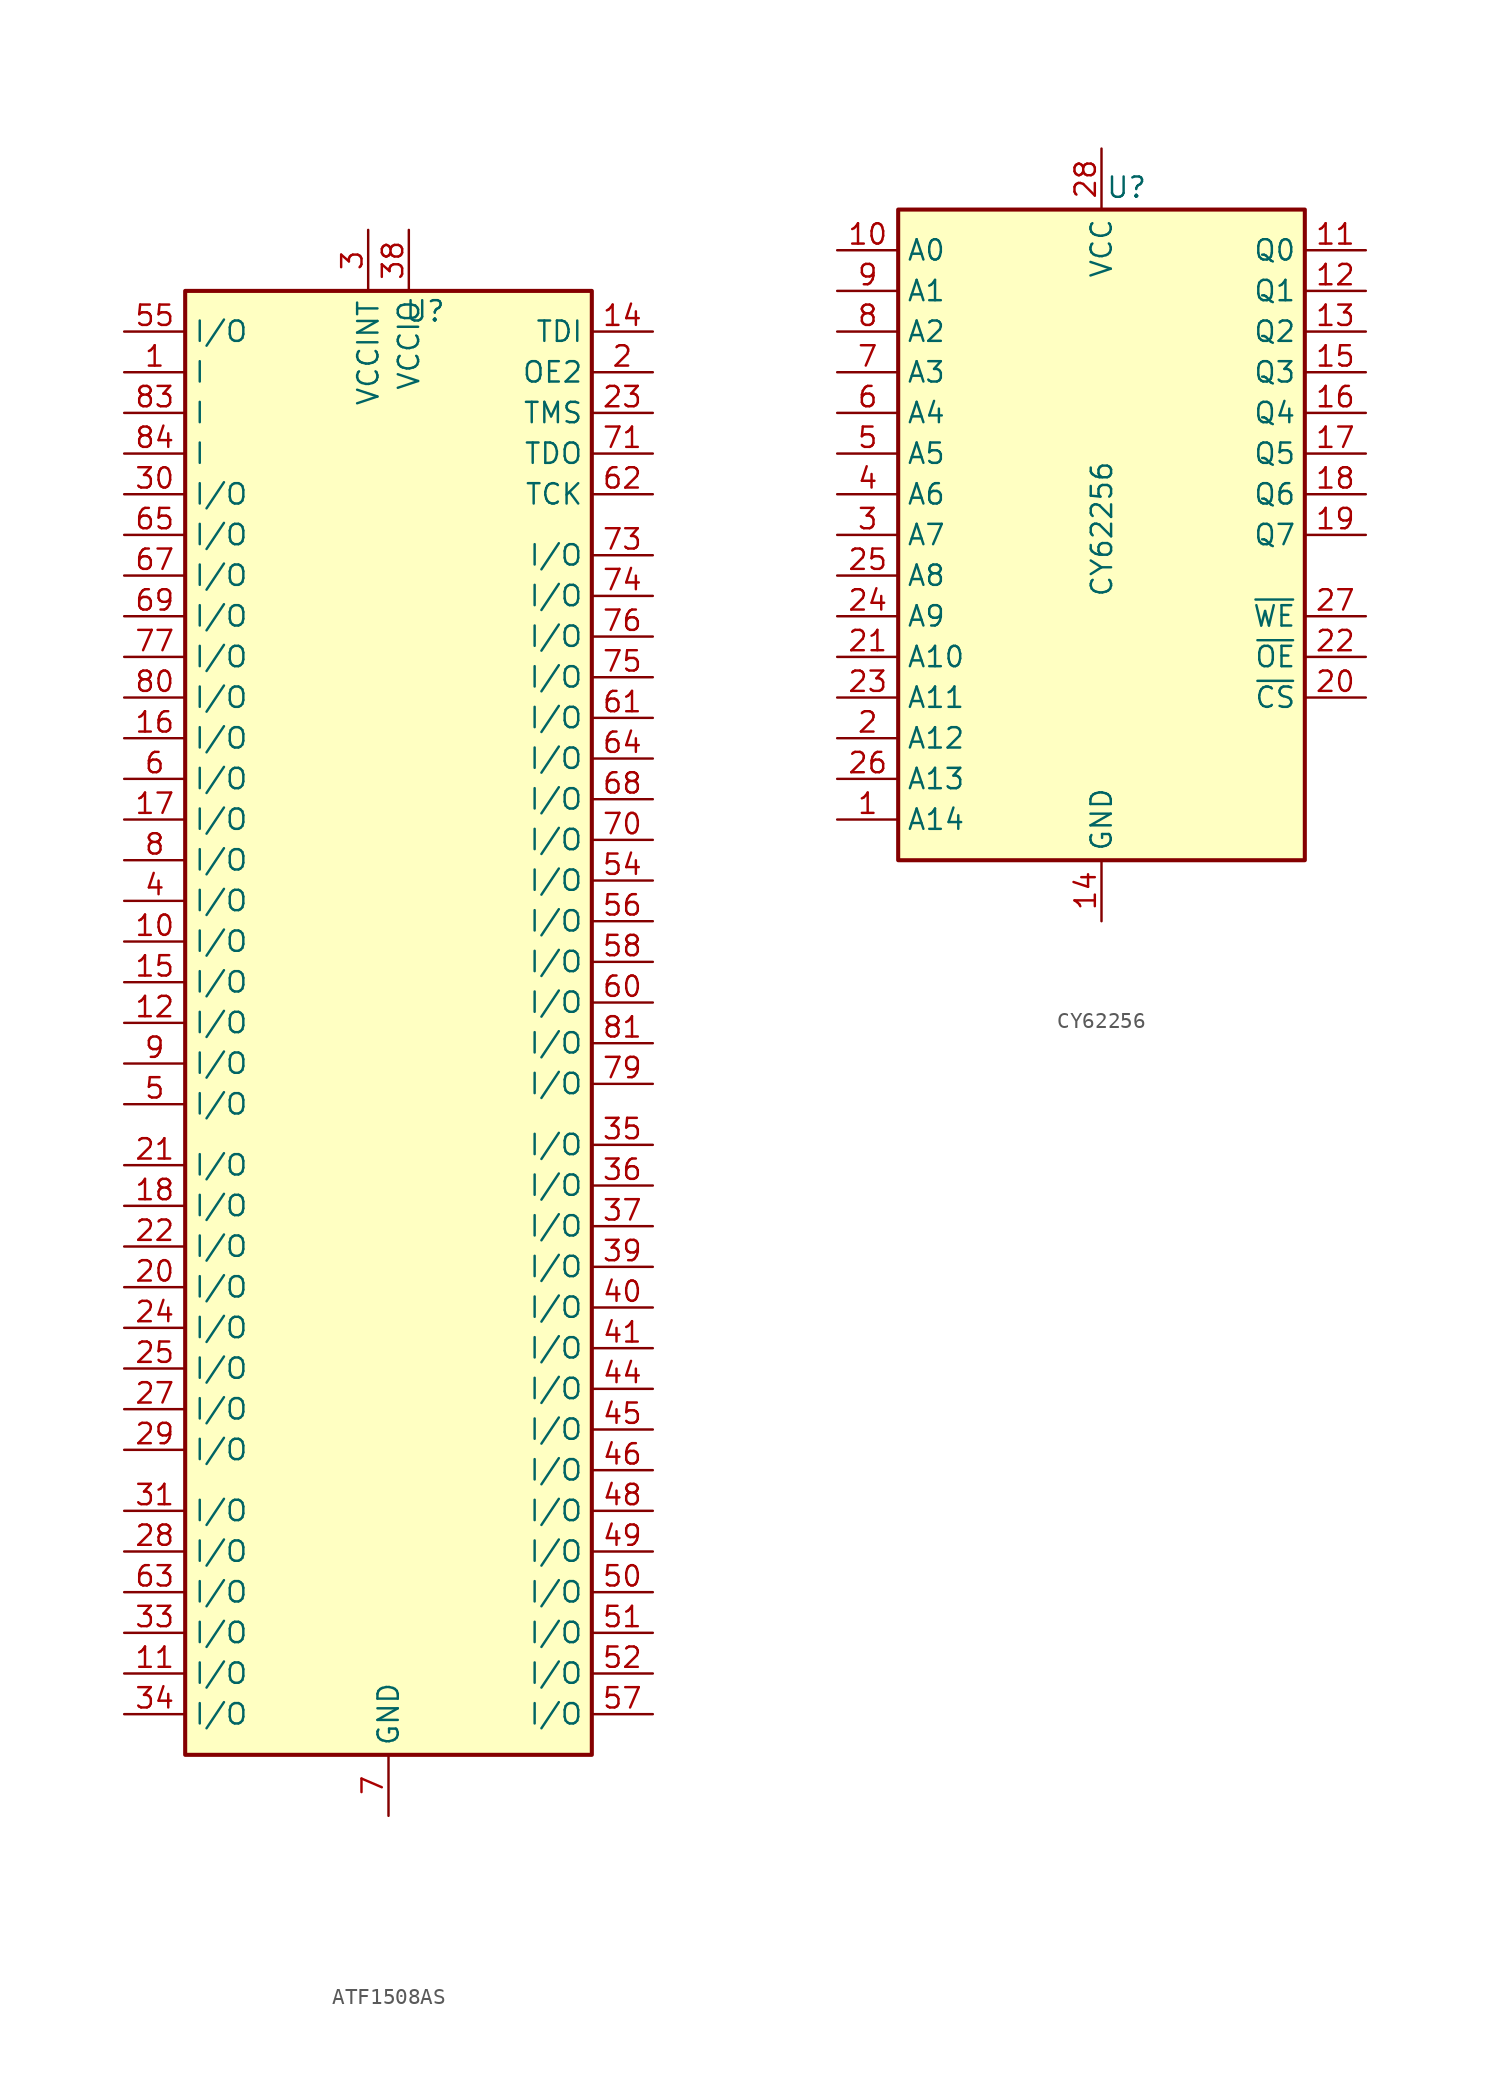
<source format=kicad_sym>
(kicad_symbol_lib
  (version 20241209)
  (generator "kicad_symbol_editor")
  (generator_version "9.0")
  (symbol "ATF1508AS"
    (property "Reference" "U"
      (at 2.286 45.72 0)
      (effects (font (size 1.27 1.27))))
    (property "Value" ""
      (at -8.89 29.21 0)
      (effects (font (size 1.27 1.27))))
    (symbol "ATF1508AS_1_0"
      (pin bidirectional line (at -16.51 -3.81 0) (length 3.81) (name "I/O" (effects (font (size 1.27 1.27)))) (number "5" (effects (font (size 1.27 1.27))))))
    (symbol "ATF1508AS_1_1"
      (rectangle (start -12.7 46.99) (end 12.7 -44.45) (stroke (width 0.254) (type default)) (fill (type color) (color 255 255 194 1)))
      (pin bidirectional line (at -16.51 44.45 0) (length 3.81) (name "I/O" (effects (font (size 1.27 1.27)))) (number "55" (effects (font (size 1.27 1.27)))))
      (pin bidirectional line (at -16.51 41.91 0) (length 3.81) (name "I" (effects (font (size 1.27 1.27)))) (number "1" (effects (font (size 1.27 1.27)))))
      (pin bidirectional line (at -16.51 39.37 0) (length 3.81) (name "I" (effects (font (size 1.27 1.27)))) (number "83" (effects (font (size 1.27 1.27)))))
      (pin bidirectional line (at -16.51 36.83 0) (length 3.81) (name "I" (effects (font (size 1.27 1.27)))) (number "84" (effects (font (size 1.27 1.27)))))
      (pin bidirectional line (at -16.51 34.29 0) (length 3.81) (name "I/O" (effects (font (size 1.27 1.27)))) (number "30" (effects (font (size 1.27 1.27)))))
      (pin bidirectional line (at -16.51 31.75 0) (length 3.81) (name "I/O" (effects (font (size 1.27 1.27)))) (number "65" (effects (font (size 1.27 1.27)))))
      (pin bidirectional line (at -16.51 29.21 0) (length 3.81) (name "I/O" (effects (font (size 1.27 1.27)))) (number "67" (effects (font (size 1.27 1.27)))))
      (pin bidirectional line (at -16.51 26.67 0) (length 3.81) (name "I/O" (effects (font (size 1.27 1.27)))) (number "69" (effects (font (size 1.27 1.27)))))
      (pin bidirectional line (at -16.51 24.13 0) (length 3.81) (name "I/O" (effects (font (size 1.27 1.27)))) (number "77" (effects (font (size 1.27 1.27)))))
      (pin bidirectional line (at -16.51 21.59 0) (length 3.81) (name "I/O" (effects (font (size 1.27 1.27)))) (number "80" (effects (font (size 1.27 1.27)))))
      (pin bidirectional line (at -16.51 19.05 0) (length 3.81) (name "I/O" (effects (font (size 1.27 1.27)))) (number "16" (effects (font (size 1.27 1.27)))))
      (pin bidirectional line (at -16.51 16.51 0) (length 3.81) (name "I/O" (effects (font (size 1.27 1.27)))) (number "6" (effects (font (size 1.27 1.27)))))
      (pin bidirectional line (at -16.51 13.97 0) (length 3.81) (name "I/O" (effects (font (size 1.27 1.27)))) (number "17" (effects (font (size 1.27 1.27)))))
      (pin bidirectional line (at -16.51 11.43 0) (length 3.81) (name "I/O" (effects (font (size 1.27 1.27)))) (number "8" (effects (font (size 1.27 1.27)))))
      (pin bidirectional line (at -16.51 8.89 0) (length 3.81) (name "I/O" (effects (font (size 1.27 1.27)))) (number "4" (effects (font (size 1.27 1.27)))))
      (pin bidirectional line (at -16.51 6.35 0) (length 3.81) (name "I/O" (effects (font (size 1.27 1.27)))) (number "10" (effects (font (size 1.27 1.27)))))
      (pin bidirectional line (at -16.51 3.81 0) (length 3.81) (name "I/O" (effects (font (size 1.27 1.27)))) (number "15" (effects (font (size 1.27 1.27)))))
      (pin bidirectional line (at -16.51 1.27 0) (length 3.81) (name "I/O" (effects (font (size 1.27 1.27)))) (number "12" (effects (font (size 1.27 1.27)))))
      (pin bidirectional line (at -16.51 -1.27 0) (length 3.81) (name "I/O" (effects (font (size 1.27 1.27)))) (number "9" (effects (font (size 1.27 1.27)))))
      (pin bidirectional line (at -16.51 -7.62 0) (length 3.81) (name "I/O" (effects (font (size 1.27 1.27)))) (number "21" (effects (font (size 1.27 1.27)))))
      (pin bidirectional line (at -16.51 -10.16 0) (length 3.81) (name "I/O" (effects (font (size 1.27 1.27)))) (number "18" (effects (font (size 1.27 1.27)))))
      (pin bidirectional line (at -16.51 -12.7 0) (length 3.81) (name "I/O" (effects (font (size 1.27 1.27)))) (number "22" (effects (font (size 1.27 1.27)))))
      (pin bidirectional line (at -16.51 -15.24 0) (length 3.81) (name "I/O" (effects (font (size 1.27 1.27)))) (number "20" (effects (font (size 1.27 1.27)))))
      (pin bidirectional line (at -16.51 -17.78 0) (length 3.81) (name "I/O" (effects (font (size 1.27 1.27)))) (number "24" (effects (font (size 1.27 1.27)))))
      (pin bidirectional line (at -16.51 -20.32 0) (length 3.81) (name "I/O" (effects (font (size 1.27 1.27)))) (number "25" (effects (font (size 1.27 1.27)))))
      (pin bidirectional line (at -16.51 -22.86 0) (length 3.81) (name "I/O" (effects (font (size 1.27 1.27)))) (number "27" (effects (font (size 1.27 1.27)))))
      (pin bidirectional line (at -16.51 -25.4 0) (length 3.81) (name "I/O" (effects (font (size 1.27 1.27)))) (number "29" (effects (font (size 1.27 1.27)))))
      (pin bidirectional line (at -16.51 -29.21 0) (length 3.81) (name "I/O" (effects (font (size 1.27 1.27)))) (number "31" (effects (font (size 1.27 1.27)))))
      (pin bidirectional line (at -16.51 -31.75 0) (length 3.81) (name "I/O" (effects (font (size 1.27 1.27)))) (number "28" (effects (font (size 1.27 1.27)))))
      (pin bidirectional line (at -16.51 -34.29 0) (length 3.81) (name "I/O" (effects (font (size 1.27 1.27)))) (number "63" (effects (font (size 1.27 1.27)))))
      (pin bidirectional line (at -16.51 -36.83 0) (length 3.81) (name "I/O" (effects (font (size 1.27 1.27)))) (number "33" (effects (font (size 1.27 1.27)))))
      (pin bidirectional line (at -16.51 -39.37 0) (length 3.81) (name "I/O" (effects (font (size 1.27 1.27)))) (number "11" (effects (font (size 1.27 1.27)))))
      (pin bidirectional line (at -16.51 -41.91 0) (length 3.81) (name "I/O" (effects (font (size 1.27 1.27)))) (number "34" (effects (font (size 1.27 1.27)))))
      (pin passive line (at -1.27 50.8 270) (length 3.81) (name "VCCINT" (effects (font (size 1.27 1.27)))) (number "3" (effects (font (size 1.27 1.27)))))
      (pin passive line (at 0 -48.26 90) (length 3.81) (hide yes) (name "GND" (effects (font (size 1.27 1.27)))) (number "19" (effects (font (size 1.27 1.27)))))
      (pin passive line (at 0 -48.26 90) (length 3.81) (hide yes) (name "GND" (effects (font (size 1.27 1.27)))) (number "32" (effects (font (size 1.27 1.27)))))
      (pin passive line (at 0 -48.26 90) (length 3.81) (hide yes) (name "GND" (effects (font (size 1.27 1.27)))) (number "42" (effects (font (size 1.27 1.27)))))
      (pin passive line (at 0 -48.26 90) (length 3.81) (hide yes) (name "GND" (effects (font (size 1.27 1.27)))) (number "47" (effects (font (size 1.27 1.27)))))
      (pin passive line (at 0 -48.26 90) (length 3.81) (hide yes) (name "GND" (effects (font (size 1.27 1.27)))) (number "59" (effects (font (size 1.27 1.27)))))
      (pin passive line (at 0 -48.26 90) (length 3.81) (name "GND" (effects (font (size 1.27 1.27)))) (number "7" (effects (font (size 1.27 1.27)))))
      (pin passive line (at 0 -48.26 90) (length 3.81) (hide yes) (name "GND" (effects (font (size 1.27 1.27)))) (number "72" (effects (font (size 1.27 1.27)))))
      (pin passive line (at 0 -48.26 90) (length 3.81) (hide yes) (name "GND" (effects (font (size 1.27 1.27)))) (number "82" (effects (font (size 1.27 1.27)))))
      (pin passive line (at 1.27 50.8 270) (length 3.81) (hide yes) (name "VCCIO" (effects (font (size 1.27 1.27)))) (number "13" (effects (font (size 1.27 1.27)))))
      (pin passive line (at 1.27 50.8 270) (length 3.81) (hide yes) (name "VCCIO" (effects (font (size 1.27 1.27)))) (number "26" (effects (font (size 1.27 1.27)))))
      (pin passive line (at 1.27 50.8 270) (length 3.81) (name "VCCIO" (effects (font (size 1.27 1.27)))) (number "38" (effects (font (size 1.27 1.27)))))
      (pin passive line (at 1.27 50.8 270) (length 3.81) (hide yes) (name "VCCIO" (effects (font (size 1.27 1.27)))) (number "43" (effects (font (size 1.27 1.27)))))
      (pin passive line (at 1.27 50.8 270) (length 3.81) (hide yes) (name "VCCIO" (effects (font (size 1.27 1.27)))) (number "53" (effects (font (size 1.27 1.27)))))
      (pin passive line (at 1.27 50.8 270) (length 3.81) (hide yes) (name "VCCIO" (effects (font (size 1.27 1.27)))) (number "66" (effects (font (size 1.27 1.27)))))
      (pin passive line (at 1.27 50.8 270) (length 3.81) (hide yes) (name "VCCIO" (effects (font (size 1.27 1.27)))) (number "78" (effects (font (size 1.27 1.27)))))
      (pin bidirectional line (at 16.51 44.45 180) (length 3.81) (name "TDI" (effects (font (size 1.27 1.27)))) (number "14" (effects (font (size 1.27 1.27)))))
      (pin bidirectional line (at 16.51 41.91 180) (length 3.81) (name "OE2" (effects (font (size 1.27 1.27)))) (number "2" (effects (font (size 1.27 1.27)))))
      (pin bidirectional line (at 16.51 39.37 180) (length 3.81) (name "TMS" (effects (font (size 1.27 1.27)))) (number "23" (effects (font (size 1.27 1.27)))))
      (pin bidirectional line (at 16.51 36.83 180) (length 3.81) (name "TDO" (effects (font (size 1.27 1.27)))) (number "71" (effects (font (size 1.27 1.27)))))
      (pin bidirectional line (at 16.51 34.29 180) (length 3.81) (name "TCK" (effects (font (size 1.27 1.27)))) (number "62" (effects (font (size 1.27 1.27)))))
      (pin bidirectional line (at 16.51 30.48 180) (length 3.81) (name "I/O" (effects (font (size 1.27 1.27)))) (number "73" (effects (font (size 1.27 1.27)))))
      (pin bidirectional line (at 16.51 27.94 180) (length 3.81) (name "I/O" (effects (font (size 1.27 1.27)))) (number "74" (effects (font (size 1.27 1.27)))))
      (pin bidirectional line (at 16.51 25.4 180) (length 3.81) (name "I/O" (effects (font (size 1.27 1.27)))) (number "76" (effects (font (size 1.27 1.27)))))
      (pin bidirectional line (at 16.51 22.86 180) (length 3.81) (name "I/O" (effects (font (size 1.27 1.27)))) (number "75" (effects (font (size 1.27 1.27)))))
      (pin bidirectional line (at 16.51 20.32 180) (length 3.81) (name "I/O" (effects (font (size 1.27 1.27)))) (number "61" (effects (font (size 1.27 1.27)))))
      (pin bidirectional line (at 16.51 17.78 180) (length 3.81) (name "I/O" (effects (font (size 1.27 1.27)))) (number "64" (effects (font (size 1.27 1.27)))))
      (pin bidirectional line (at 16.51 15.24 180) (length 3.81) (name "I/O" (effects (font (size 1.27 1.27)))) (number "68" (effects (font (size 1.27 1.27)))))
      (pin bidirectional line (at 16.51 12.7 180) (length 3.81) (name "I/O" (effects (font (size 1.27 1.27)))) (number "70" (effects (font (size 1.27 1.27)))))
      (pin bidirectional line (at 16.51 10.16 180) (length 3.81) (name "I/O" (effects (font (size 1.27 1.27)))) (number "54" (effects (font (size 1.27 1.27)))))
      (pin bidirectional line (at 16.51 7.62 180) (length 3.81) (name "I/O" (effects (font (size 1.27 1.27)))) (number "56" (effects (font (size 1.27 1.27)))))
      (pin bidirectional line (at 16.51 5.08 180) (length 3.81) (name "I/O" (effects (font (size 1.27 1.27)))) (number "58" (effects (font (size 1.27 1.27)))))
      (pin bidirectional line (at 16.51 2.54 180) (length 3.81) (name "I/O" (effects (font (size 1.27 1.27)))) (number "60" (effects (font (size 1.27 1.27)))))
      (pin bidirectional line (at 16.51 0 180) (length 3.81) (name "I/O" (effects (font (size 1.27 1.27)))) (number "81" (effects (font (size 1.27 1.27)))))
      (pin bidirectional line (at 16.51 -2.54 180) (length 3.81) (name "I/O" (effects (font (size 1.27 1.27)))) (number "79" (effects (font (size 1.27 1.27)))))
      (pin bidirectional line (at 16.51 -6.35 180) (length 3.81) (name "I/O" (effects (font (size 1.27 1.27)))) (number "35" (effects (font (size 1.27 1.27)))))
      (pin bidirectional line (at 16.51 -8.89 180) (length 3.81) (name "I/O" (effects (font (size 1.27 1.27)))) (number "36" (effects (font (size 1.27 1.27)))))
      (pin bidirectional line (at 16.51 -11.43 180) (length 3.81) (name "I/O" (effects (font (size 1.27 1.27)))) (number "37" (effects (font (size 1.27 1.27)))))
      (pin bidirectional line (at 16.51 -13.97 180) (length 3.81) (name "I/O" (effects (font (size 1.27 1.27)))) (number "39" (effects (font (size 1.27 1.27)))))
      (pin bidirectional line (at 16.51 -16.51 180) (length 3.81) (name "I/O" (effects (font (size 1.27 1.27)))) (number "40" (effects (font (size 1.27 1.27)))))
      (pin bidirectional line (at 16.51 -19.05 180) (length 3.81) (name "I/O" (effects (font (size 1.27 1.27)))) (number "41" (effects (font (size 1.27 1.27)))))
      (pin bidirectional line (at 16.51 -21.59 180) (length 3.81) (name "I/O" (effects (font (size 1.27 1.27)))) (number "44" (effects (font (size 1.27 1.27)))))
      (pin bidirectional line (at 16.51 -24.13 180) (length 3.81) (name "I/O" (effects (font (size 1.27 1.27)))) (number "45" (effects (font (size 1.27 1.27)))))
      (pin bidirectional line (at 16.51 -26.67 180) (length 3.81) (name "I/O" (effects (font (size 1.27 1.27)))) (number "46" (effects (font (size 1.27 1.27)))))
      (pin bidirectional line (at 16.51 -29.21 180) (length 3.81) (name "I/O" (effects (font (size 1.27 1.27)))) (number "48" (effects (font (size 1.27 1.27)))))
      (pin bidirectional line (at 16.51 -31.75 180) (length 3.81) (name "I/O" (effects (font (size 1.27 1.27)))) (number "49" (effects (font (size 1.27 1.27)))))
      (pin bidirectional line (at 16.51 -34.29 180) (length 3.81) (name "I/O" (effects (font (size 1.27 1.27)))) (number "50" (effects (font (size 1.27 1.27)))))
      (pin bidirectional line (at 16.51 -36.83 180) (length 3.81) (name "I/O" (effects (font (size 1.27 1.27)))) (number "51" (effects (font (size 1.27 1.27)))))
      (pin bidirectional line (at 16.51 -39.37 180) (length 3.81) (name "I/O" (effects (font (size 1.27 1.27)))) (number "52" (effects (font (size 1.27 1.27)))))
      (pin bidirectional line (at 16.51 -41.91 180) (length 3.81) (name "I/O" (effects (font (size 1.27 1.27)))) (number "57" (effects (font (size 1.27 1.27)))))))
  (symbol "CY62256"
    (property "Reference" "U"
      (at 0.254 20.955 0)
      (effects (font (size 1.27 1.27)) (justify left bottom)))
    (property "Value" "CY62256"
      (at 0.762 -3.937 90)
      (effects (font (size 1.27 1.27)) (justify left bottom)))
    (symbol "CY62256_0_0"
      (pin power_in line (at 0 24.13 270) (length 3.81) (name "VCC" (effects (font (size 1.27 1.27)))) (number "28" (effects (font (size 1.27 1.27)))))
      (pin power_in line (at 0 -24.13 90) (length 3.81) (name "GND" (effects (font (size 1.27 1.27)))) (number "14" (effects (font (size 1.27 1.27))))))
    (symbol "CY62256_0_1"
      (rectangle (start -12.7 20.32) (end 12.7 -20.32) (stroke (width 0.254) (type default)) (fill (type background))))
    (symbol "CY62256_1_1"
      (pin input line (at -16.51 17.78 0) (length 3.81) (name "A0" (effects (font (size 1.27 1.27)))) (number "10" (effects (font (size 1.27 1.27)))))
      (pin input line (at -16.51 15.24 0) (length 3.81) (name "A1" (effects (font (size 1.27 1.27)))) (number "9" (effects (font (size 1.27 1.27)))))
      (pin input line (at -16.51 12.7 0) (length 3.81) (name "A2" (effects (font (size 1.27 1.27)))) (number "8" (effects (font (size 1.27 1.27)))))
      (pin input line (at -16.51 10.16 0) (length 3.81) (name "A3" (effects (font (size 1.27 1.27)))) (number "7" (effects (font (size 1.27 1.27)))))
      (pin input line (at -16.51 7.62 0) (length 3.81) (name "A4" (effects (font (size 1.27 1.27)))) (number "6" (effects (font (size 1.27 1.27)))))
      (pin input line (at -16.51 5.08 0) (length 3.81) (name "A5" (effects (font (size 1.27 1.27)))) (number "5" (effects (font (size 1.27 1.27)))))
      (pin input line (at -16.51 2.54 0) (length 3.81) (name "A6" (effects (font (size 1.27 1.27)))) (number "4" (effects (font (size 1.27 1.27)))))
      (pin input line (at -16.51 0 0) (length 3.81) (name "A7" (effects (font (size 1.27 1.27)))) (number "3" (effects (font (size 1.27 1.27)))))
      (pin input line (at -16.51 -2.54 0) (length 3.81) (name "A8" (effects (font (size 1.27 1.27)))) (number "25" (effects (font (size 1.27 1.27)))))
      (pin input line (at -16.51 -5.08 0) (length 3.81) (name "A9" (effects (font (size 1.27 1.27)))) (number "24" (effects (font (size 1.27 1.27)))))
      (pin input line (at -16.51 -7.62 0) (length 3.81) (name "A10" (effects (font (size 1.27 1.27)))) (number "21" (effects (font (size 1.27 1.27)))))
      (pin input line (at -16.51 -10.16 0) (length 3.81) (name "A11" (effects (font (size 1.27 1.27)))) (number "23" (effects (font (size 1.27 1.27)))))
      (pin input line (at -16.51 -12.7 0) (length 3.81) (name "A12" (effects (font (size 1.27 1.27)))) (number "2" (effects (font (size 1.27 1.27)))))
      (pin input line (at -16.51 -15.24 0) (length 3.81) (name "A13" (effects (font (size 1.27 1.27)))) (number "26" (effects (font (size 1.27 1.27)))))
      (pin input line (at -16.51 -17.78 0) (length 3.81) (name "A14" (effects (font (size 1.27 1.27)))) (number "1" (effects (font (size 1.27 1.27)))))
      (pin tri_state line (at 16.51 17.78 180) (length 3.81) (name "Q0" (effects (font (size 1.27 1.27)))) (number "11" (effects (font (size 1.27 1.27)))))
      (pin tri_state line (at 16.51 15.24 180) (length 3.81) (name "Q1" (effects (font (size 1.27 1.27)))) (number "12" (effects (font (size 1.27 1.27)))))
      (pin tri_state line (at 16.51 12.7 180) (length 3.81) (name "Q2" (effects (font (size 1.27 1.27)))) (number "13" (effects (font (size 1.27 1.27)))))
      (pin tri_state line (at 16.51 10.16 180) (length 3.81) (name "Q3" (effects (font (size 1.27 1.27)))) (number "15" (effects (font (size 1.27 1.27)))))
      (pin tri_state line (at 16.51 7.62 180) (length 3.81) (name "Q4" (effects (font (size 1.27 1.27)))) (number "16" (effects (font (size 1.27 1.27)))))
      (pin tri_state line (at 16.51 5.08 180) (length 3.81) (name "Q5" (effects (font (size 1.27 1.27)))) (number "17" (effects (font (size 1.27 1.27)))))
      (pin tri_state line (at 16.51 2.54 180) (length 3.81) (name "Q6" (effects (font (size 1.27 1.27)))) (number "18" (effects (font (size 1.27 1.27)))))
      (pin tri_state line (at 16.51 0 180) (length 3.81) (name "Q7" (effects (font (size 1.27 1.27)))) (number "19" (effects (font (size 1.27 1.27)))))
      (pin input line (at 16.51 -5.08 180) (length 3.81) (name "~{WE}" (effects (font (size 1.27 1.27)))) (number "27" (effects (font (size 1.27 1.27)))))
      (pin input line (at 16.51 -7.62 180) (length 3.81) (name "~{OE}" (effects (font (size 1.27 1.27)))) (number "22" (effects (font (size 1.27 1.27)))))
      (pin input line (at 16.51 -10.16 180) (length 3.81) (name "~{CS}" (effects (font (size 1.27 1.27)))) (number "20" (effects (font (size 1.27 1.27))))))))
</source>
